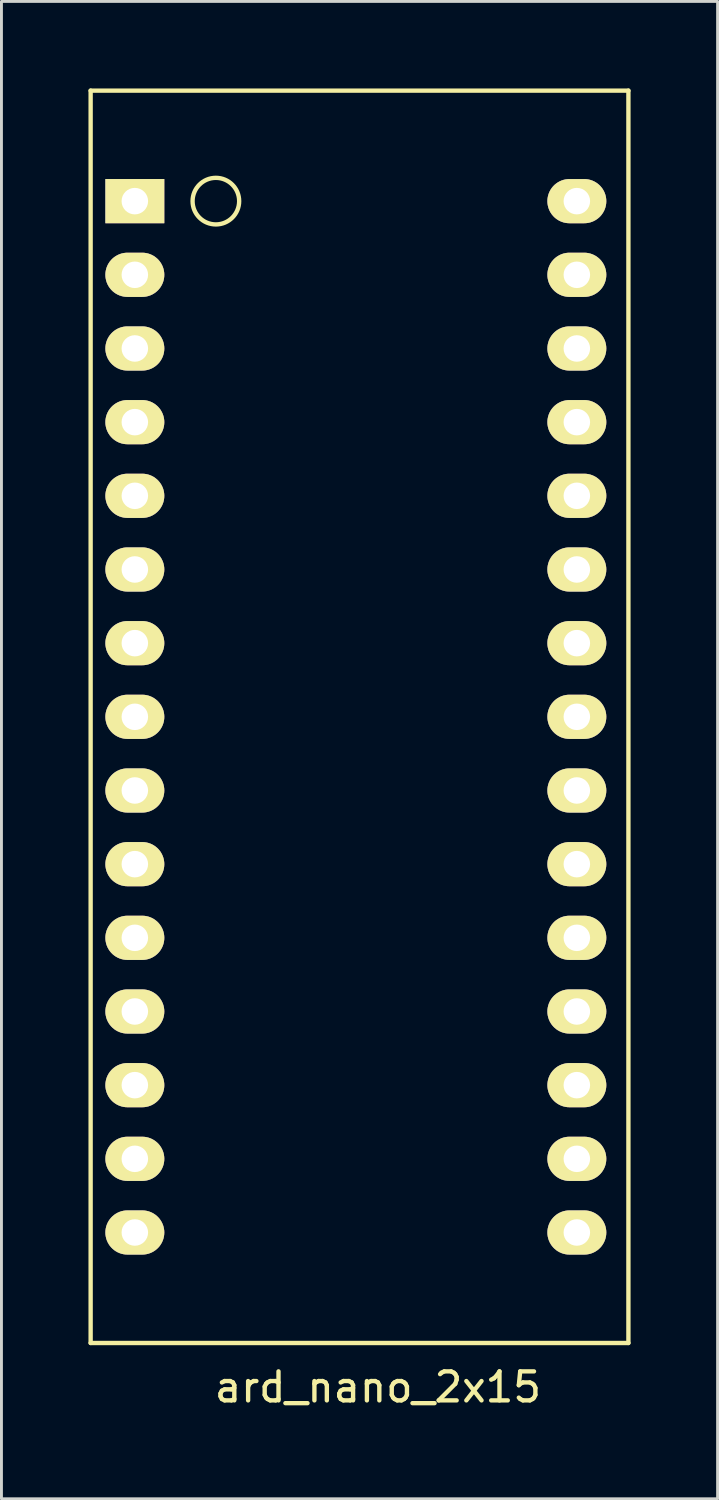
<source format=kicad_pcb>
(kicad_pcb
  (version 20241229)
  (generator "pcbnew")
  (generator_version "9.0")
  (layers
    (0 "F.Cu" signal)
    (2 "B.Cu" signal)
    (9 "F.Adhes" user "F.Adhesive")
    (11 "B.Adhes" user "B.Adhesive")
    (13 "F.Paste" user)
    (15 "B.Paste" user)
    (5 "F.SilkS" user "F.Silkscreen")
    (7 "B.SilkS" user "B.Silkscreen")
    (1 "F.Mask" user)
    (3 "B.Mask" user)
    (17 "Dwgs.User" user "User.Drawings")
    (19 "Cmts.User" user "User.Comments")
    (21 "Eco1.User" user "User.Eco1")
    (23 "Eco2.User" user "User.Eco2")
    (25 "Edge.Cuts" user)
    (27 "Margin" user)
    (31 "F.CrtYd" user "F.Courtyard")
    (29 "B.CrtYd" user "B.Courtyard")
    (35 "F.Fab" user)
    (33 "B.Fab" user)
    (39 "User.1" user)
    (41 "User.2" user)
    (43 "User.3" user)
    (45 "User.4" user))
  (footprint "ard_nano_2x15"
    (layer "F.Cu")
    (at 1.599 3.885)
    (property "Reference" "ard_nano_2x15" (at 8.382 40.894 0) (layer "F.SilkS") (effects (font (size 1 1) (thickness 0.15))))
    (attr through_hole)
    (fp_line (start -1.524 -3.81) (end -1.524 39.37) (stroke (width 0.15) (type solid)) (layer "F.SilkS"))
    (fp_line (start -1.524 39.37) (end 17.018 39.37) (stroke (width 0.15) (type solid)) (layer "F.SilkS"))
    (fp_line (start 17.018 -3.81) (end -1.524 -3.81) (stroke (width 0.15) (type solid)) (layer "F.SilkS"))
    (fp_line (start 17.018 39.37) (end 17.018 -3.81) (stroke (width 0.15) (type solid)) (layer "F.SilkS"))
    (fp_circle (center 2.794 0) (end 3.556 0.254) (stroke (width 0.15) (type solid)) (fill no) (layer "F.SilkS"))
    (pad "1" thru_hole rect (at 0 0) (size 2.032 1.524) (drill 0.914) (layers "*.Cu" "*.Mask" "F.SilkS"))
    (pad "2" thru_hole oval (at 0 2.54) (size 2.032 1.524) (drill 0.914) (layers "*.Cu" "*.Mask" "F.SilkS"))
    (pad "3" thru_hole oval (at 0 5.08) (size 2.032 1.524) (drill 0.914) (layers "*.Cu" "*.Mask" "F.SilkS"))
    (pad "4" thru_hole oval (at 0 7.62) (size 2.032 1.524) (drill 0.914) (layers "*.Cu" "*.Mask" "F.SilkS"))
    (pad "5" thru_hole oval (at 0 10.16) (size 2.032 1.524) (drill 0.914) (layers "*.Cu" "*.Mask" "F.SilkS"))
    (pad "6" thru_hole oval (at 0 12.7) (size 2.032 1.524) (drill 0.914) (layers "*.Cu" "*.Mask" "F.SilkS"))
    (pad "7" thru_hole oval (at 0 15.24) (size 2.032 1.524) (drill 0.914) (layers "*.Cu" "*.Mask" "F.SilkS"))
    (pad "8" thru_hole oval (at 0 17.78) (size 2.032 1.524) (drill 0.914) (layers "*.Cu" "*.Mask" "F.SilkS"))
    (pad "9" thru_hole oval (at 0 20.32) (size 2.032 1.524) (drill 0.914) (layers "*.Cu" "*.Mask" "F.SilkS"))
    (pad "10" thru_hole oval (at 0 22.86) (size 2.032 1.524) (drill 0.914) (layers "*.Cu" "*.Mask" "F.SilkS"))
    (pad "11" thru_hole oval (at 0 25.4) (size 2.032 1.524) (drill 0.914) (layers "*.Cu" "*.Mask" "F.SilkS"))
    (pad "12" thru_hole oval (at 0 27.94) (size 2.032 1.524) (drill 0.914) (layers "*.Cu" "*.Mask" "F.SilkS"))
    (pad "13" thru_hole oval (at 0 30.48) (size 2.032 1.524) (drill 0.914) (layers "*.Cu" "*.Mask" "F.SilkS"))
    (pad "14" thru_hole oval (at 0 33.02) (size 2.032 1.524) (drill 0.914) (layers "*.Cu" "*.Mask" "F.SilkS"))
    (pad "15" thru_hole oval (at 0 35.56) (size 2.032 1.524) (drill 0.914) (layers "*.Cu" "*.Mask" "F.SilkS"))
    (pad "16" thru_hole oval (at 15.24 35.56) (size 2.032 1.524) (drill 0.914) (layers "*.Cu" "*.Mask" "F.SilkS"))
    (pad "17" thru_hole oval (at 15.24 33.02) (size 2.032 1.524) (drill 0.914) (layers "*.Cu" "*.Mask" "F.SilkS"))
    (pad "18" thru_hole oval (at 15.24 30.48) (size 2.032 1.524) (drill 0.914) (layers "*.Cu" "*.Mask" "F.SilkS"))
    (pad "19" thru_hole oval (at 15.24 27.94) (size 2.032 1.524) (drill 0.914) (layers "*.Cu" "*.Mask" "F.SilkS"))
    (pad "20" thru_hole oval (at 15.24 25.4) (size 2.032 1.524) (drill 0.914) (layers "*.Cu" "*.Mask" "F.SilkS"))
    (pad "21" thru_hole oval (at 15.24 22.86) (size 2.032 1.524) (drill 0.914) (layers "*.Cu" "*.Mask" "F.SilkS"))
    (pad "22" thru_hole oval (at 15.24 20.32) (size 2.032 1.524) (drill 0.914) (layers "*.Cu" "*.Mask" "F.SilkS"))
    (pad "23" thru_hole oval (at 15.24 17.78) (size 2.032 1.524) (drill 0.914) (layers "*.Cu" "*.Mask" "F.SilkS"))
    (pad "24" thru_hole oval (at 15.24 15.24) (size 2.032 1.524) (drill 0.914) (layers "*.Cu" "*.Mask" "F.SilkS"))
    (pad "25" thru_hole oval (at 15.24 12.7) (size 2.032 1.524) (drill 0.914) (layers "*.Cu" "*.Mask" "F.SilkS"))
    (pad "26" thru_hole oval (at 15.24 10.16) (size 2.032 1.524) (drill 0.914) (layers "*.Cu" "*.Mask" "F.SilkS"))
    (pad "27" thru_hole oval (at 15.24 7.62) (size 2.032 1.524) (drill 0.914) (layers "*.Cu" "*.Mask" "F.SilkS"))
    (pad "28" thru_hole oval (at 15.24 5.08) (size 2.032 1.524) (drill 0.914) (layers "*.Cu" "*.Mask" "F.SilkS"))
    (pad "29" thru_hole oval (at 15.24 2.54) (size 2.032 1.524) (drill 0.914) (layers "*.Cu" "*.Mask" "F.SilkS"))
    (pad "30" thru_hole oval (at 15.24 0) (size 2.032 1.524) (drill 0.914) (layers "*.Cu" "*.Mask" "F.SilkS")))
  (gr_rect
    (start -3 -3)
    (end 21.692 48.627)
    (stroke (width 0.1) (type default))
    (fill no)
    (layer "Edge.Cuts")))
</source>
